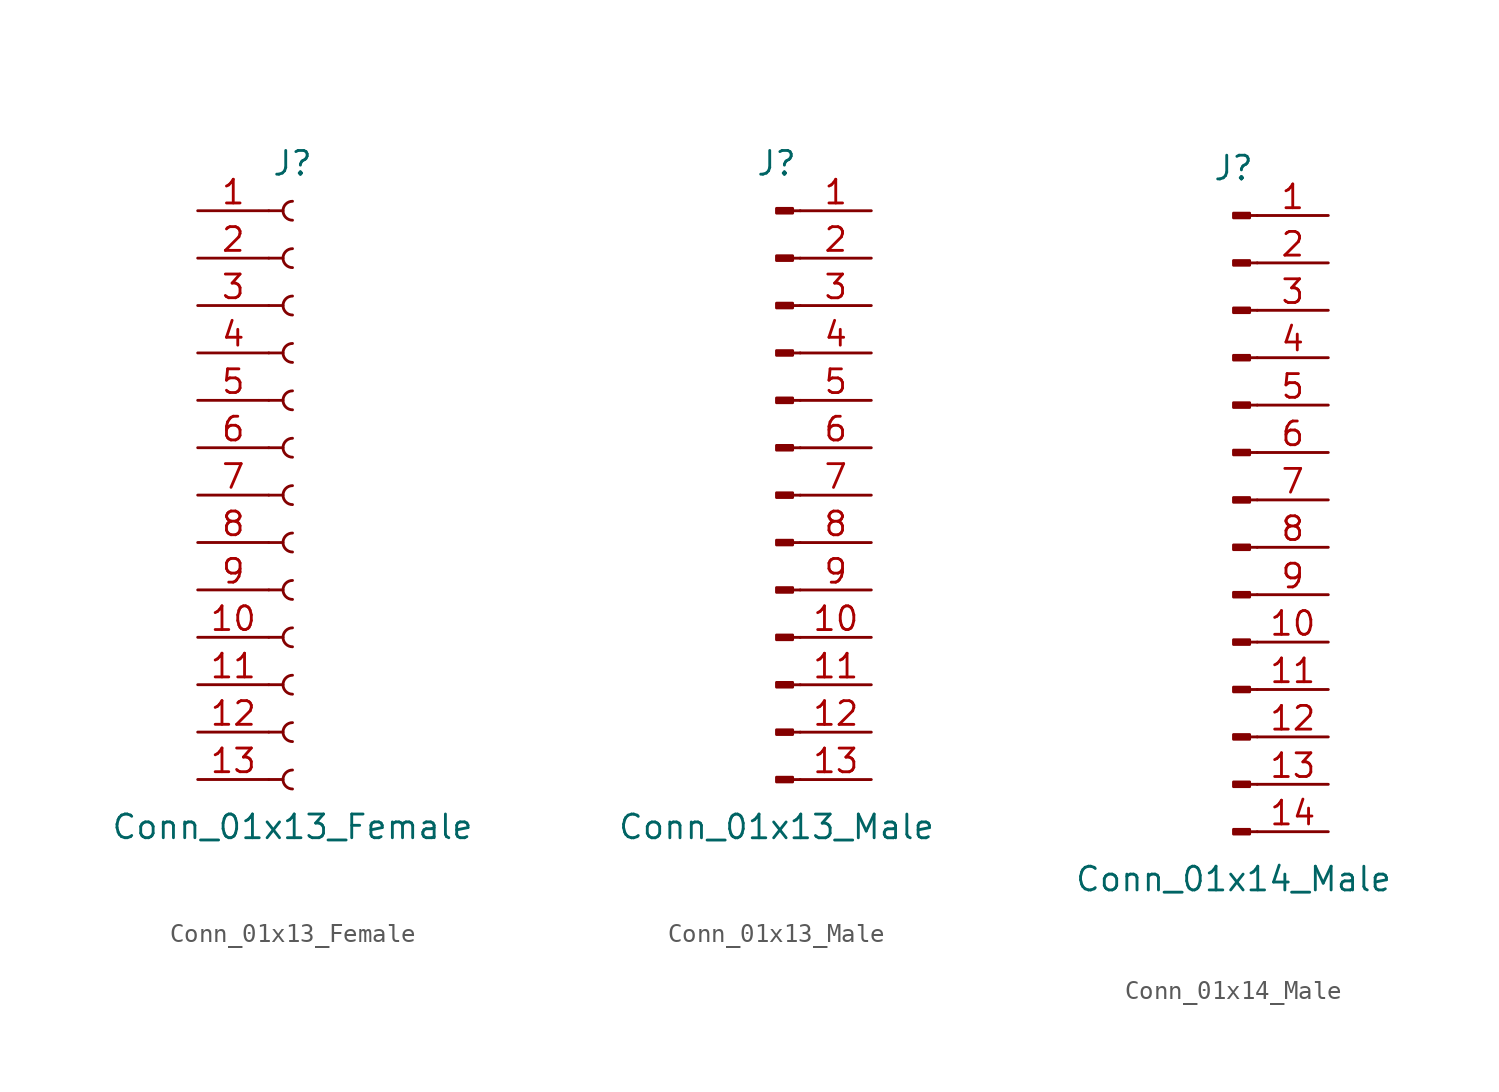
<source format=kicad_sym>
(kicad_symbol_lib
  (version 20220914)
  (generator kicad_symbol_editor)
  (symbol "Conn_01x13_Female"
    (pin_names
      (offset 1.016) hide)
    (property "Reference" "J"
      (at 0 17.78 0)
      (effects (font (size 1.27 1.27))))
    (property "Value" "Conn_01x13_Female"
      (at 0 -17.78 0)
      (effects (font (size 1.27 1.27))))
    (symbol "Conn_01x13_Female_1_1"
      (arc (start 0 -14.732) (mid -0.5058 -15.24) (end 0 -15.748) (stroke (width 0.1524) (type default)) (fill (type none)))
      (arc (start 0 -12.192) (mid -0.5058 -12.7) (end 0 -13.208) (stroke (width 0.1524) (type default)) (fill (type none)))
      (arc (start 0 -9.652) (mid -0.5058 -10.16) (end 0 -10.668) (stroke (width 0.1524) (type default)) (fill (type none)))
      (arc (start 0 -7.112) (mid -0.5058 -7.62) (end 0 -8.128) (stroke (width 0.1524) (type default)) (fill (type none)))
      (arc (start 0 -4.572) (mid -0.5058 -5.08) (end 0 -5.588) (stroke (width 0.1524) (type default)) (fill (type none)))
      (arc (start 0 -2.032) (mid -0.5058 -2.54) (end 0 -3.048) (stroke (width 0.1524) (type default)) (fill (type none)))
      (polyline (pts (xy -1.27 -15.24) (xy -0.508 -15.24)) (stroke (width 0.152) (type default)) (fill (type none)))
      (polyline (pts (xy -1.27 -12.7) (xy -0.508 -12.7)) (stroke (width 0.152) (type default)) (fill (type none)))
      (polyline (pts (xy -1.27 -10.16) (xy -0.508 -10.16)) (stroke (width 0.152) (type default)) (fill (type none)))
      (polyline (pts (xy -1.27 -7.62) (xy -0.508 -7.62)) (stroke (width 0.152) (type default)) (fill (type none)))
      (polyline (pts (xy -1.27 -5.08) (xy -0.508 -5.08)) (stroke (width 0.152) (type default)) (fill (type none)))
      (polyline (pts (xy -1.27 -2.54) (xy -0.508 -2.54)) (stroke (width 0.152) (type default)) (fill (type none)))
      (polyline (pts (xy -1.27 0) (xy -0.508 0)) (stroke (width 0.152) (type default)) (fill (type none)))
      (polyline (pts (xy -1.27 2.54) (xy -0.508 2.54)) (stroke (width 0.152) (type default)) (fill (type none)))
      (polyline (pts (xy -1.27 5.08) (xy -0.508 5.08)) (stroke (width 0.152) (type default)) (fill (type none)))
      (polyline (pts (xy -1.27 7.62) (xy -0.508 7.62)) (stroke (width 0.152) (type default)) (fill (type none)))
      (polyline (pts (xy -1.27 10.16) (xy -0.508 10.16)) (stroke (width 0.152) (type default)) (fill (type none)))
      (polyline (pts (xy -1.27 12.7) (xy -0.508 12.7)) (stroke (width 0.152) (type default)) (fill (type none)))
      (polyline (pts (xy -1.27 15.24) (xy -0.508 15.24)) (stroke (width 0.152) (type default)) (fill (type none)))
      (arc (start 0 0.508) (mid -0.5058 0) (end 0 -0.508) (stroke (width 0.1524) (type default)) (fill (type none)))
      (arc (start 0 3.048) (mid -0.5058 2.54) (end 0 2.032) (stroke (width 0.1524) (type default)) (fill (type none)))
      (arc (start 0 5.588) (mid -0.5058 5.08) (end 0 4.572) (stroke (width 0.1524) (type default)) (fill (type none)))
      (arc (start 0 8.128) (mid -0.5058 7.62) (end 0 7.112) (stroke (width 0.1524) (type default)) (fill (type none)))
      (arc (start 0 10.668) (mid -0.5058 10.16) (end 0 9.652) (stroke (width 0.1524) (type default)) (fill (type none)))
      (arc (start 0 13.208) (mid -0.5058 12.7) (end 0 12.192) (stroke (width 0.1524) (type default)) (fill (type none)))
      (arc (start 0 15.748) (mid -0.5058 15.24) (end 0 14.732) (stroke (width 0.1524) (type default)) (fill (type none)))
      (pin passive line (at -5.08 15.24 0) (length 3.81) (name "Pin_1" (effects (font (size 1.27 1.27)))) (number "1" (effects (font (size 1.27 1.27)))))
      (pin passive line (at -5.08 -7.62 0) (length 3.81) (name "Pin_10" (effects (font (size 1.27 1.27)))) (number "10" (effects (font (size 1.27 1.27)))))
      (pin passive line (at -5.08 -10.16 0) (length 3.81) (name "Pin_11" (effects (font (size 1.27 1.27)))) (number "11" (effects (font (size 1.27 1.27)))))
      (pin passive line (at -5.08 -12.7 0) (length 3.81) (name "Pin_12" (effects (font (size 1.27 1.27)))) (number "12" (effects (font (size 1.27 1.27)))))
      (pin passive line (at -5.08 -15.24 0) (length 3.81) (name "Pin_13" (effects (font (size 1.27 1.27)))) (number "13" (effects (font (size 1.27 1.27)))))
      (pin passive line (at -5.08 12.7 0) (length 3.81) (name "Pin_2" (effects (font (size 1.27 1.27)))) (number "2" (effects (font (size 1.27 1.27)))))
      (pin passive line (at -5.08 10.16 0) (length 3.81) (name "Pin_3" (effects (font (size 1.27 1.27)))) (number "3" (effects (font (size 1.27 1.27)))))
      (pin passive line (at -5.08 7.62 0) (length 3.81) (name "Pin_4" (effects (font (size 1.27 1.27)))) (number "4" (effects (font (size 1.27 1.27)))))
      (pin passive line (at -5.08 5.08 0) (length 3.81) (name "Pin_5" (effects (font (size 1.27 1.27)))) (number "5" (effects (font (size 1.27 1.27)))))
      (pin passive line (at -5.08 2.54 0) (length 3.81) (name "Pin_6" (effects (font (size 1.27 1.27)))) (number "6" (effects (font (size 1.27 1.27)))))
      (pin passive line (at -5.08 0 0) (length 3.81) (name "Pin_7" (effects (font (size 1.27 1.27)))) (number "7" (effects (font (size 1.27 1.27)))))
      (pin passive line (at -5.08 -2.54 0) (length 3.81) (name "Pin_8" (effects (font (size 1.27 1.27)))) (number "8" (effects (font (size 1.27 1.27)))))
      (pin passive line (at -5.08 -5.08 0) (length 3.81) (name "Pin_9" (effects (font (size 1.27 1.27)))) (number "9" (effects (font (size 1.27 1.27)))))))
  (symbol "Conn_01x13_Male"
    (pin_names
      (offset 1.016) hide)
    (property "Reference" "J"
      (at 0 17.78 0)
      (effects (font (size 1.27 1.27))))
    (property "Value" "Conn_01x13_Male"
      (at 0 -17.78 0)
      (effects (font (size 1.27 1.27))))
    (symbol "Conn_01x13_Male_1_1"
      (polyline (pts (xy 1.27 -15.24) (xy 0.864 -15.24)) (stroke (width 0.152) (type default)) (fill (type none)))
      (polyline (pts (xy 1.27 -12.7) (xy 0.864 -12.7)) (stroke (width 0.152) (type default)) (fill (type none)))
      (polyline (pts (xy 1.27 -10.16) (xy 0.864 -10.16)) (stroke (width 0.152) (type default)) (fill (type none)))
      (polyline (pts (xy 1.27 -7.62) (xy 0.864 -7.62)) (stroke (width 0.152) (type default)) (fill (type none)))
      (polyline (pts (xy 1.27 -5.08) (xy 0.864 -5.08)) (stroke (width 0.152) (type default)) (fill (type none)))
      (polyline (pts (xy 1.27 -2.54) (xy 0.864 -2.54)) (stroke (width 0.152) (type default)) (fill (type none)))
      (polyline (pts (xy 1.27 0) (xy 0.864 0)) (stroke (width 0.152) (type default)) (fill (type none)))
      (polyline (pts (xy 1.27 2.54) (xy 0.864 2.54)) (stroke (width 0.152) (type default)) (fill (type none)))
      (polyline (pts (xy 1.27 5.08) (xy 0.864 5.08)) (stroke (width 0.152) (type default)) (fill (type none)))
      (polyline (pts (xy 1.27 7.62) (xy 0.864 7.62)) (stroke (width 0.152) (type default)) (fill (type none)))
      (polyline (pts (xy 1.27 10.16) (xy 0.864 10.16)) (stroke (width 0.152) (type default)) (fill (type none)))
      (polyline (pts (xy 1.27 12.7) (xy 0.864 12.7)) (stroke (width 0.152) (type default)) (fill (type none)))
      (polyline (pts (xy 1.27 15.24) (xy 0.864 15.24)) (stroke (width 0.152) (type default)) (fill (type none)))
      (rectangle (start 0.864 -15.113) (end 0 -15.367) (stroke (width 0.152) (type default)) (fill (type outline)))
      (rectangle (start 0.864 -12.573) (end 0 -12.827) (stroke (width 0.152) (type default)) (fill (type outline)))
      (rectangle (start 0.864 -10.033) (end 0 -10.287) (stroke (width 0.152) (type default)) (fill (type outline)))
      (rectangle (start 0.864 -7.493) (end 0 -7.747) (stroke (width 0.152) (type default)) (fill (type outline)))
      (rectangle (start 0.864 -4.953) (end 0 -5.207) (stroke (width 0.152) (type default)) (fill (type outline)))
      (rectangle (start 0.864 -2.413) (end 0 -2.667) (stroke (width 0.152) (type default)) (fill (type outline)))
      (rectangle (start 0.864 0.127) (end 0 -0.127) (stroke (width 0.152) (type default)) (fill (type outline)))
      (rectangle (start 0.864 2.667) (end 0 2.413) (stroke (width 0.152) (type default)) (fill (type outline)))
      (rectangle (start 0.864 5.207) (end 0 4.953) (stroke (width 0.152) (type default)) (fill (type outline)))
      (rectangle (start 0.864 7.747) (end 0 7.493) (stroke (width 0.152) (type default)) (fill (type outline)))
      (rectangle (start 0.864 10.287) (end 0 10.033) (stroke (width 0.152) (type default)) (fill (type outline)))
      (rectangle (start 0.864 12.827) (end 0 12.573) (stroke (width 0.152) (type default)) (fill (type outline)))
      (rectangle (start 0.864 15.367) (end 0 15.113) (stroke (width 0.152) (type default)) (fill (type outline)))
      (pin passive line (at 5.08 15.24 180) (length 3.81) (name "Pin_1" (effects (font (size 1.27 1.27)))) (number "1" (effects (font (size 1.27 1.27)))))
      (pin passive line (at 5.08 -7.62 180) (length 3.81) (name "Pin_10" (effects (font (size 1.27 1.27)))) (number "10" (effects (font (size 1.27 1.27)))))
      (pin passive line (at 5.08 -10.16 180) (length 3.81) (name "Pin_11" (effects (font (size 1.27 1.27)))) (number "11" (effects (font (size 1.27 1.27)))))
      (pin passive line (at 5.08 -12.7 180) (length 3.81) (name "Pin_12" (effects (font (size 1.27 1.27)))) (number "12" (effects (font (size 1.27 1.27)))))
      (pin passive line (at 5.08 -15.24 180) (length 3.81) (name "Pin_13" (effects (font (size 1.27 1.27)))) (number "13" (effects (font (size 1.27 1.27)))))
      (pin passive line (at 5.08 12.7 180) (length 3.81) (name "Pin_2" (effects (font (size 1.27 1.27)))) (number "2" (effects (font (size 1.27 1.27)))))
      (pin passive line (at 5.08 10.16 180) (length 3.81) (name "Pin_3" (effects (font (size 1.27 1.27)))) (number "3" (effects (font (size 1.27 1.27)))))
      (pin passive line (at 5.08 7.62 180) (length 3.81) (name "Pin_4" (effects (font (size 1.27 1.27)))) (number "4" (effects (font (size 1.27 1.27)))))
      (pin passive line (at 5.08 5.08 180) (length 3.81) (name "Pin_5" (effects (font (size 1.27 1.27)))) (number "5" (effects (font (size 1.27 1.27)))))
      (pin passive line (at 5.08 2.54 180) (length 3.81) (name "Pin_6" (effects (font (size 1.27 1.27)))) (number "6" (effects (font (size 1.27 1.27)))))
      (pin passive line (at 5.08 0 180) (length 3.81) (name "Pin_7" (effects (font (size 1.27 1.27)))) (number "7" (effects (font (size 1.27 1.27)))))
      (pin passive line (at 5.08 -2.54 180) (length 3.81) (name "Pin_8" (effects (font (size 1.27 1.27)))) (number "8" (effects (font (size 1.27 1.27)))))
      (pin passive line (at 5.08 -5.08 180) (length 3.81) (name "Pin_9" (effects (font (size 1.27 1.27)))) (number "9" (effects (font (size 1.27 1.27)))))))
  (symbol "Conn_01x14_Male"
    (pin_names
      (offset 1.016) hide)
    (property "Reference" "J"
      (at 0 17.78 0)
      (effects (font (size 1.27 1.27))))
    (property "Value" "Conn_01x14_Male"
      (at 0 -20.32 0)
      (effects (font (size 1.27 1.27))))
    (symbol "Conn_01x14_Male_1_1"
      (polyline (pts (xy 1.27 -17.78) (xy 0.864 -17.78)) (stroke (width 0.152) (type default)) (fill (type none)))
      (polyline (pts (xy 1.27 -15.24) (xy 0.864 -15.24)) (stroke (width 0.152) (type default)) (fill (type none)))
      (polyline (pts (xy 1.27 -12.7) (xy 0.864 -12.7)) (stroke (width 0.152) (type default)) (fill (type none)))
      (polyline (pts (xy 1.27 -10.16) (xy 0.864 -10.16)) (stroke (width 0.152) (type default)) (fill (type none)))
      (polyline (pts (xy 1.27 -7.62) (xy 0.864 -7.62)) (stroke (width 0.152) (type default)) (fill (type none)))
      (polyline (pts (xy 1.27 -5.08) (xy 0.864 -5.08)) (stroke (width 0.152) (type default)) (fill (type none)))
      (polyline (pts (xy 1.27 -2.54) (xy 0.864 -2.54)) (stroke (width 0.152) (type default)) (fill (type none)))
      (polyline (pts (xy 1.27 0) (xy 0.864 0)) (stroke (width 0.152) (type default)) (fill (type none)))
      (polyline (pts (xy 1.27 2.54) (xy 0.864 2.54)) (stroke (width 0.152) (type default)) (fill (type none)))
      (polyline (pts (xy 1.27 5.08) (xy 0.864 5.08)) (stroke (width 0.152) (type default)) (fill (type none)))
      (polyline (pts (xy 1.27 7.62) (xy 0.864 7.62)) (stroke (width 0.152) (type default)) (fill (type none)))
      (polyline (pts (xy 1.27 10.16) (xy 0.864 10.16)) (stroke (width 0.152) (type default)) (fill (type none)))
      (polyline (pts (xy 1.27 12.7) (xy 0.864 12.7)) (stroke (width 0.152) (type default)) (fill (type none)))
      (polyline (pts (xy 1.27 15.24) (xy 0.864 15.24)) (stroke (width 0.152) (type default)) (fill (type none)))
      (rectangle (start 0.864 -17.653) (end 0 -17.907) (stroke (width 0.152) (type default)) (fill (type outline)))
      (rectangle (start 0.864 -15.113) (end 0 -15.367) (stroke (width 0.152) (type default)) (fill (type outline)))
      (rectangle (start 0.864 -12.573) (end 0 -12.827) (stroke (width 0.152) (type default)) (fill (type outline)))
      (rectangle (start 0.864 -10.033) (end 0 -10.287) (stroke (width 0.152) (type default)) (fill (type outline)))
      (rectangle (start 0.864 -7.493) (end 0 -7.747) (stroke (width 0.152) (type default)) (fill (type outline)))
      (rectangle (start 0.864 -4.953) (end 0 -5.207) (stroke (width 0.152) (type default)) (fill (type outline)))
      (rectangle (start 0.864 -2.413) (end 0 -2.667) (stroke (width 0.152) (type default)) (fill (type outline)))
      (rectangle (start 0.864 0.127) (end 0 -0.127) (stroke (width 0.152) (type default)) (fill (type outline)))
      (rectangle (start 0.864 2.667) (end 0 2.413) (stroke (width 0.152) (type default)) (fill (type outline)))
      (rectangle (start 0.864 5.207) (end 0 4.953) (stroke (width 0.152) (type default)) (fill (type outline)))
      (rectangle (start 0.864 7.747) (end 0 7.493) (stroke (width 0.152) (type default)) (fill (type outline)))
      (rectangle (start 0.864 10.287) (end 0 10.033) (stroke (width 0.152) (type default)) (fill (type outline)))
      (rectangle (start 0.864 12.827) (end 0 12.573) (stroke (width 0.152) (type default)) (fill (type outline)))
      (rectangle (start 0.864 15.367) (end 0 15.113) (stroke (width 0.152) (type default)) (fill (type outline)))
      (pin passive line (at 5.08 15.24 180) (length 3.81) (name "Pin_1" (effects (font (size 1.27 1.27)))) (number "1" (effects (font (size 1.27 1.27)))))
      (pin passive line (at 5.08 -7.62 180) (length 3.81) (name "Pin_10" (effects (font (size 1.27 1.27)))) (number "10" (effects (font (size 1.27 1.27)))))
      (pin passive line (at 5.08 -10.16 180) (length 3.81) (name "Pin_11" (effects (font (size 1.27 1.27)))) (number "11" (effects (font (size 1.27 1.27)))))
      (pin passive line (at 5.08 -12.7 180) (length 3.81) (name "Pin_12" (effects (font (size 1.27 1.27)))) (number "12" (effects (font (size 1.27 1.27)))))
      (pin passive line (at 5.08 -15.24 180) (length 3.81) (name "Pin_13" (effects (font (size 1.27 1.27)))) (number "13" (effects (font (size 1.27 1.27)))))
      (pin passive line (at 5.08 -17.78 180) (length 3.81) (name "Pin_14" (effects (font (size 1.27 1.27)))) (number "14" (effects (font (size 1.27 1.27)))))
      (pin passive line (at 5.08 12.7 180) (length 3.81) (name "Pin_2" (effects (font (size 1.27 1.27)))) (number "2" (effects (font (size 1.27 1.27)))))
      (pin passive line (at 5.08 10.16 180) (length 3.81) (name "Pin_3" (effects (font (size 1.27 1.27)))) (number "3" (effects (font (size 1.27 1.27)))))
      (pin passive line (at 5.08 7.62 180) (length 3.81) (name "Pin_4" (effects (font (size 1.27 1.27)))) (number "4" (effects (font (size 1.27 1.27)))))
      (pin passive line (at 5.08 5.08 180) (length 3.81) (name "Pin_5" (effects (font (size 1.27 1.27)))) (number "5" (effects (font (size 1.27 1.27)))))
      (pin passive line (at 5.08 2.54 180) (length 3.81) (name "Pin_6" (effects (font (size 1.27 1.27)))) (number "6" (effects (font (size 1.27 1.27)))))
      (pin passive line (at 5.08 0 180) (length 3.81) (name "Pin_7" (effects (font (size 1.27 1.27)))) (number "7" (effects (font (size 1.27 1.27)))))
      (pin passive line (at 5.08 -2.54 180) (length 3.81) (name "Pin_8" (effects (font (size 1.27 1.27)))) (number "8" (effects (font (size 1.27 1.27)))))
      (pin passive line (at 5.08 -5.08 180) (length 3.81) (name "Pin_9" (effects (font (size 1.27 1.27)))) (number "9" (effects (font (size 1.27 1.27))))))))
</source>
